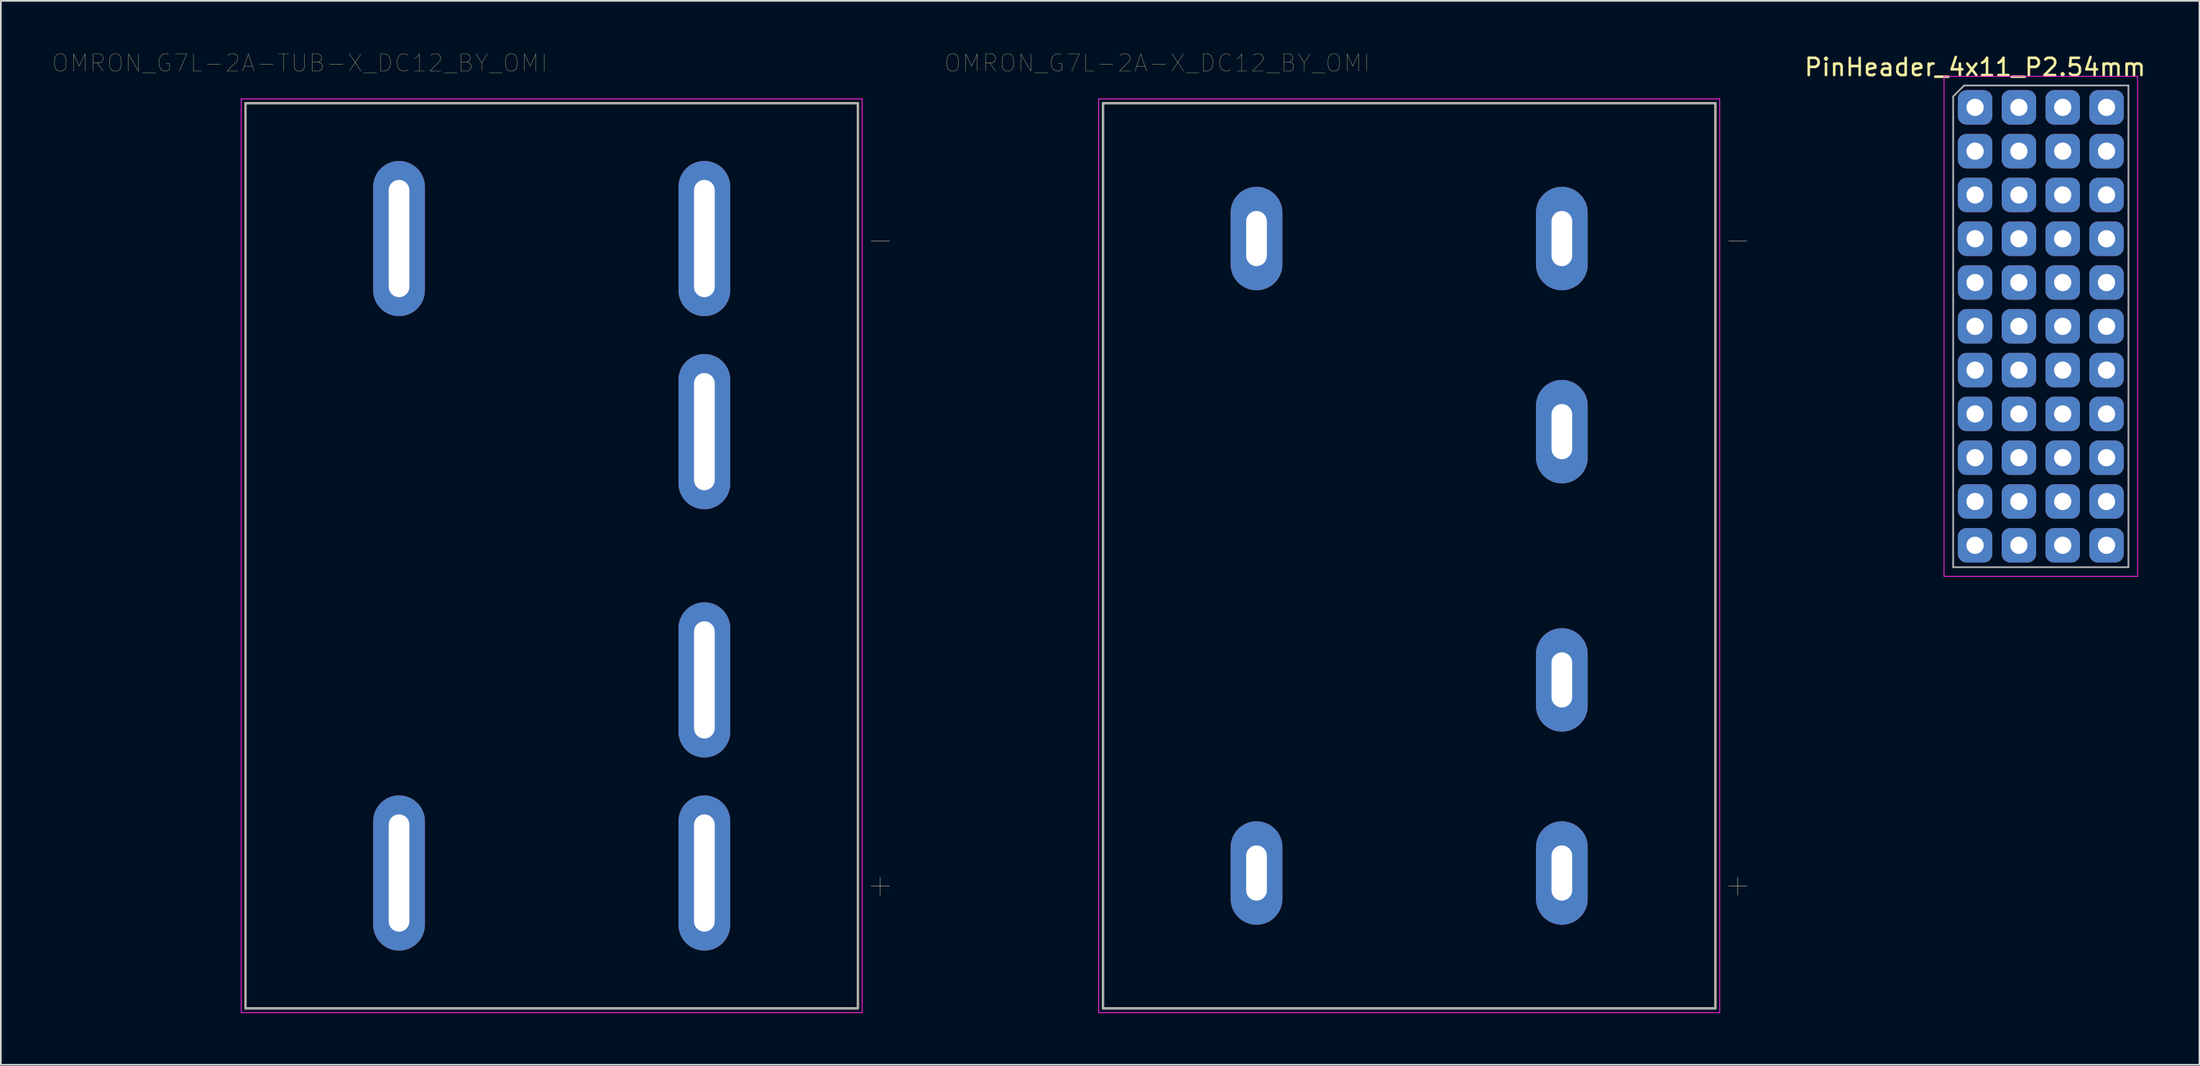
<source format=kicad_pcb>
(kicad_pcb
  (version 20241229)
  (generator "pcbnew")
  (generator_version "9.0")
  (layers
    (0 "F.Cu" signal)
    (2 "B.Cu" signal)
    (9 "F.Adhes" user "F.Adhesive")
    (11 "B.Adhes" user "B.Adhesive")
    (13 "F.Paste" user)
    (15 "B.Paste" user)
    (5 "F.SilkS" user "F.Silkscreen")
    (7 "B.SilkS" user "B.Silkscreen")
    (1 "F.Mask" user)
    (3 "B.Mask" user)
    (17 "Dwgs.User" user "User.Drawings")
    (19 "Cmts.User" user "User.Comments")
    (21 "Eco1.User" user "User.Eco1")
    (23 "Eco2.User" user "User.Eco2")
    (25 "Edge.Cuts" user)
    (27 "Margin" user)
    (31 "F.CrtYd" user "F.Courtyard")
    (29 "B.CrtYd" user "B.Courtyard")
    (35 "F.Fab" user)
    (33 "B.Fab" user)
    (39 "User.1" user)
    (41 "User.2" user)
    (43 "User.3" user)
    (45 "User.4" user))
  (footprint "OMRON_G7L-2A-TUB-X_DC12_BY_OMI"
    (layer "F.Cu")
    (at 28.932 29.186)
    (property "Reference" "OMRON_G7L-2A-TUB-X_DC12_BY_OMI" (at -14.605 -28.575 0) (layer "F.SilkS") (effects (font (size 1 1) (thickness 0.015))))
    (attr through_hole)
    (fp_line (start -17.75 -26.25) (end 17.75 -26.25) (stroke (width 0.127) (type solid)) (layer "F.SilkS"))
    (fp_line (start -17.75 26.25) (end -17.75 -26.25) (stroke (width 0.127) (type solid)) (layer "F.SilkS"))
    (fp_line (start 17.75 -26.25) (end 17.75 26.25) (stroke (width 0.127) (type solid)) (layer "F.SilkS"))
    (fp_line (start 17.75 26.25) (end -17.75 26.25) (stroke (width 0.127) (type solid)) (layer "F.SilkS"))
    (fp_line (start -18 -26.5) (end 18 -26.5) (stroke (width 0.05) (type solid)) (layer "F.CrtYd"))
    (fp_line (start -18 26.5) (end -18 -26.5) (stroke (width 0.05) (type solid)) (layer "F.CrtYd"))
    (fp_line (start 18 -26.5) (end 18 26.5) (stroke (width 0.05) (type solid)) (layer "F.CrtYd"))
    (fp_line (start 18 26.5) (end -18 26.5) (stroke (width 0.05) (type solid)) (layer "F.CrtYd"))
    (fp_line (start -17.75 -26.25) (end 17.75 -26.25) (stroke (width 0.127) (type solid)) (layer "F.Fab"))
    (fp_line (start -17.75 26.25) (end -17.75 -26.25) (stroke (width 0.127) (type solid)) (layer "F.Fab"))
    (fp_line (start 17.75 -26.25) (end 17.75 26.25) (stroke (width 0.127) (type solid)) (layer "F.Fab"))
    (fp_line (start 17.75 26.25) (end -17.75 26.25) (stroke (width 0.127) (type solid)) (layer "F.Fab"))
    (fp_text user "_" (at 19.05 -19.05 0) (layer "F.SilkS") (effects (font (size 1.4 1.4) (thickness 0.015))))
    (fp_text user "+" (at 19.05 19.05 0) (layer "F.SilkS") (effects (font (size 1.4 1.4) (thickness 0.015))))
    (fp_text user "+" (at 19.05 19.05 0) (layer "F.Fab") (effects (font (size 1.4 1.4) (thickness 0.015))))
    (fp_text user "_" (at 19.05 -19.05 0) (layer "F.Fab") (effects (font (size 1.4 1.4) (thickness 0.015))))
    (pad "0" thru_hole oval (at -8.85 -18.4) (size 3 9) (drill oval 1.2 6.8) (layers "*.Cu" "*.Mask"))
    (pad "1" thru_hole oval (at -8.85 18.4) (size 3 9) (drill oval 1.2 6.8) (layers "*.Cu" "*.Mask"))
    (pad "2" thru_hole oval (at 8.85 -18.4) (size 3 9) (drill oval 1.2 6.8) (layers "*.Cu" "*.Mask"))
    (pad "4" thru_hole oval (at 8.85 -7.2) (size 3 9) (drill oval 1.2 6.8) (layers "*.Cu" "*.Mask"))
    (pad "6" thru_hole oval (at 8.85 7.2) (size 3 9) (drill oval 1.2 6.8) (layers "*.Cu" "*.Mask"))
    (pad "8" thru_hole oval (at 8.85 18.4) (size 3 9) (drill oval 1.2 6.8) (layers "*.Cu" "*.Mask")))
  (footprint "OMRON_G7L-2A-X_DC12_BY_OMI"
    (layer "F.Cu")
    (at 78.64 29.186)
    (property "Reference" "OMRON_G7L-2A-X_DC12_BY_OMI" (at -14.605 -28.575 0) (layer "F.SilkS") (effects (font (size 1 1) (thickness 0.015))))
    (attr through_hole)
    (fp_line (start -17.75 -26.25) (end 17.75 -26.25) (stroke (width 0.127) (type solid)) (layer "F.SilkS"))
    (fp_line (start -17.75 26.25) (end -17.75 -26.25) (stroke (width 0.127) (type solid)) (layer "F.SilkS"))
    (fp_line (start 17.75 -26.25) (end 17.75 26.25) (stroke (width 0.127) (type solid)) (layer "F.SilkS"))
    (fp_line (start 17.75 26.25) (end -17.75 26.25) (stroke (width 0.127) (type solid)) (layer "F.SilkS"))
    (fp_line (start -18 -26.5) (end 18 -26.5) (stroke (width 0.05) (type solid)) (layer "F.CrtYd"))
    (fp_line (start -18 26.5) (end -18 -26.5) (stroke (width 0.05) (type solid)) (layer "F.CrtYd"))
    (fp_line (start 18 -26.5) (end 18 26.5) (stroke (width 0.05) (type solid)) (layer "F.CrtYd"))
    (fp_line (start 18 26.5) (end -18 26.5) (stroke (width 0.05) (type solid)) (layer "F.CrtYd"))
    (fp_line (start -17.75 -26.25) (end 17.75 -26.25) (stroke (width 0.127) (type solid)) (layer "F.Fab"))
    (fp_line (start -17.75 26.25) (end -17.75 -26.25) (stroke (width 0.127) (type solid)) (layer "F.Fab"))
    (fp_line (start 17.75 -26.25) (end 17.75 26.25) (stroke (width 0.127) (type solid)) (layer "F.Fab"))
    (fp_line (start 17.75 26.25) (end -17.75 26.25) (stroke (width 0.127) (type solid)) (layer "F.Fab"))
    (fp_text user "+" (at 19.05 19.05 0) (layer "F.SilkS") (effects (font (size 1.4 1.4) (thickness 0.015))))
    (fp_text user "_" (at 19.05 -19.05 0) (layer "F.SilkS") (effects (font (size 1.4 1.4) (thickness 0.015))))
    (fp_text user "_" (at 19.05 -19.05 0) (layer "F.Fab") (effects (font (size 1.4 1.4) (thickness 0.015))))
    (fp_text user "+" (at 19.05 19.05 0) (layer "F.Fab") (effects (font (size 1.4 1.4) (thickness 0.015))))
    (pad "0" thru_hole oval (at -8.85 -18.4) (size 3 6) (drill oval 1.2 3.2) (layers "*.Cu" "*.Mask"))
    (pad "1" thru_hole oval (at -8.85 18.4) (size 3 6) (drill oval 1.2 3.2) (layers "*.Cu" "*.Mask"))
    (pad "2" thru_hole oval (at 8.85 -18.4) (size 3 6) (drill oval 1.2 3.2) (layers "*.Cu" "*.Mask"))
    (pad "4" thru_hole oval (at 8.85 -7.2) (size 3 6) (drill oval 1.2 3.2) (layers "*.Cu" "*.Mask"))
    (pad "6" thru_hole oval (at 8.85 7.2) (size 3 6) (drill oval 1.2 3.2) (layers "*.Cu" "*.Mask"))
    (pad "8" thru_hole oval (at 8.85 18.4) (size 3 6) (drill oval 1.2 3.2) (layers "*.Cu" "*.Mask")))
  (footprint "PinHeader_4x11_P2.54mm"
    (layer "F.Cu")
    (at 111.445 3.178)
    (property "Reference" "PinHeader_4x11_P2.54mm" (at 0 -2.33 0) (layer "F.SilkS") (effects (font (size 1 1) (thickness 0.15))))
    (attr through_hole)
    (fp_line (start -1.8 -1.8) (end -1.8 27.2) (stroke (width 0.05) (type solid)) (layer "F.CrtYd"))
    (fp_line (start -1.8 27.2) (end 9.42 27.2) (stroke (width 0.05) (type solid)) (layer "F.CrtYd"))
    (fp_line (start 9.42 -1.8) (end -1.8 -1.8) (stroke (width 0.05) (type solid)) (layer "F.CrtYd"))
    (fp_line (start 9.42 27.2) (end 9.42 -1.8) (stroke (width 0.05) (type solid)) (layer "F.CrtYd"))
    (fp_line (start -1.27 -0.635) (end -0.635 -1.27) (stroke (width 0.1) (type solid)) (layer "F.Fab"))
    (fp_line (start -1.27 26.67) (end -1.27 -0.635) (stroke (width 0.1) (type solid)) (layer "F.Fab"))
    (fp_line (start -0.635 -1.27) (end 8.89 -1.27) (stroke (width 0.1) (type solid)) (layer "F.Fab"))
    (fp_line (start 8.89 -1.27) (end 8.89 26.67) (stroke (width 0.1) (type solid)) (layer "F.Fab"))
    (fp_line (start 8.89 26.67) (end -1.27 26.67) (stroke (width 0.1) (type solid)) (layer "F.Fab"))
    (pad "1" thru_hole roundrect (at 0 0) (size 2 2) (drill 1) (layers "*.Cu" "*.Mask") (roundrect_rratio 0.25))
    (pad "1" thru_hole roundrect (at 2.54 0) (size 2 2) (drill 1) (layers "*.Cu" "*.Mask") (roundrect_rratio 0.25))
    (pad "1" thru_hole roundrect (at 5.08 0) (size 2 2) (drill 1) (layers "*.Cu" "*.Mask") (roundrect_rratio 0.25))
    (pad "1" thru_hole roundrect (at 7.62 0) (size 2 2) (drill 1) (layers "*.Cu" "*.Mask") (roundrect_rratio 0.25))
    (pad "2" thru_hole roundrect (at 0 2.54) (size 2 2) (drill 1) (layers "*.Cu" "*.Mask") (roundrect_rratio 0.25))
    (pad "2" thru_hole roundrect (at 2.54 2.54) (size 2 2) (drill 1) (layers "*.Cu" "*.Mask") (roundrect_rratio 0.25))
    (pad "2" thru_hole roundrect (at 5.08 2.54) (size 2 2) (drill 1) (layers "*.Cu" "*.Mask") (roundrect_rratio 0.25))
    (pad "2" thru_hole roundrect (at 7.62 2.54) (size 2 2) (drill 1) (layers "*.Cu" "*.Mask") (roundrect_rratio 0.25))
    (pad "3" thru_hole roundrect (at 0 5.08) (size 2 2) (drill 1) (layers "*.Cu" "*.Mask") (roundrect_rratio 0.25))
    (pad "3" thru_hole roundrect (at 2.54 5.08) (size 2 2) (drill 1) (layers "*.Cu" "*.Mask") (roundrect_rratio 0.25))
    (pad "3" thru_hole roundrect (at 5.08 5.08) (size 2 2) (drill 1) (layers "*.Cu" "*.Mask") (roundrect_rratio 0.25))
    (pad "3" thru_hole roundrect (at 7.62 5.08) (size 2 2) (drill 1) (layers "*.Cu" "*.Mask") (roundrect_rratio 0.25))
    (pad "4" thru_hole roundrect (at 0 7.62) (size 2 2) (drill 1) (layers "*.Cu" "*.Mask") (roundrect_rratio 0.25))
    (pad "4" thru_hole roundrect (at 2.54 7.62) (size 2 2) (drill 1) (layers "*.Cu" "*.Mask") (roundrect_rratio 0.25))
    (pad "4" thru_hole roundrect (at 5.08 7.62) (size 2 2) (drill 1) (layers "*.Cu" "*.Mask") (roundrect_rratio 0.25))
    (pad "4" thru_hole roundrect (at 7.62 7.62) (size 2 2) (drill 1) (layers "*.Cu" "*.Mask") (roundrect_rratio 0.25))
    (pad "5" thru_hole roundrect (at 0 10.16) (size 2 2) (drill 1) (layers "*.Cu" "*.Mask") (roundrect_rratio 0.25))
    (pad "5" thru_hole roundrect (at 2.54 10.16) (size 2 2) (drill 1) (layers "*.Cu" "*.Mask") (roundrect_rratio 0.25))
    (pad "5" thru_hole roundrect (at 5.08 10.16) (size 2 2) (drill 1) (layers "*.Cu" "*.Mask") (roundrect_rratio 0.25))
    (pad "5" thru_hole roundrect (at 7.62 10.16) (size 2 2) (drill 1) (layers "*.Cu" "*.Mask") (roundrect_rratio 0.25))
    (pad "6" thru_hole roundrect (at 0 12.7) (size 2 2) (drill 1) (layers "*.Cu" "*.Mask") (roundrect_rratio 0.25))
    (pad "6" thru_hole roundrect (at 2.54 12.7) (size 2 2) (drill 1) (layers "*.Cu" "*.Mask") (roundrect_rratio 0.25))
    (pad "6" thru_hole roundrect (at 5.08 12.7) (size 2 2) (drill 1) (layers "*.Cu" "*.Mask") (roundrect_rratio 0.25))
    (pad "6" thru_hole roundrect (at 7.62 12.7) (size 2 2) (drill 1) (layers "*.Cu" "*.Mask") (roundrect_rratio 0.25))
    (pad "7" thru_hole roundrect (at 0 15.24) (size 2 2) (drill 1) (layers "*.Cu" "*.Mask") (roundrect_rratio 0.25))
    (pad "7" thru_hole roundrect (at 2.54 15.24) (size 2 2) (drill 1) (layers "*.Cu" "*.Mask") (roundrect_rratio 0.25))
    (pad "7" thru_hole roundrect (at 5.08 15.24) (size 2 2) (drill 1) (layers "*.Cu" "*.Mask") (roundrect_rratio 0.25))
    (pad "7" thru_hole roundrect (at 7.62 15.24) (size 2 2) (drill 1) (layers "*.Cu" "*.Mask") (roundrect_rratio 0.25))
    (pad "8" thru_hole roundrect (at 0 17.78) (size 2 2) (drill 1) (layers "*.Cu" "*.Mask") (roundrect_rratio 0.25))
    (pad "8" thru_hole roundrect (at 2.54 17.78) (size 2 2) (drill 1) (layers "*.Cu" "*.Mask") (roundrect_rratio 0.25))
    (pad "8" thru_hole roundrect (at 5.08 17.78) (size 2 2) (drill 1) (layers "*.Cu" "*.Mask") (roundrect_rratio 0.25))
    (pad "8" thru_hole roundrect (at 7.62 17.78) (size 2 2) (drill 1) (layers "*.Cu" "*.Mask") (roundrect_rratio 0.25))
    (pad "9" thru_hole roundrect (at 0 20.32) (size 2 2) (drill 1) (layers "*.Cu" "*.Mask") (roundrect_rratio 0.25))
    (pad "9" thru_hole roundrect (at 2.54 20.32) (size 2 2) (drill 1) (layers "*.Cu" "*.Mask") (roundrect_rratio 0.25))
    (pad "9" thru_hole roundrect (at 5.08 20.32) (size 2 2) (drill 1) (layers "*.Cu" "*.Mask") (roundrect_rratio 0.25))
    (pad "9" thru_hole roundrect (at 7.62 20.32) (size 2 2) (drill 1) (layers "*.Cu" "*.Mask") (roundrect_rratio 0.25))
    (pad "10" thru_hole roundrect (at 0 22.86) (size 2 2) (drill 1) (layers "*.Cu" "*.Mask") (roundrect_rratio 0.25))
    (pad "10" thru_hole roundrect (at 2.54 22.86) (size 2 2) (drill 1) (layers "*.Cu" "*.Mask") (roundrect_rratio 0.25))
    (pad "10" thru_hole roundrect (at 5.08 22.86) (size 2 2) (drill 1) (layers "*.Cu" "*.Mask") (roundrect_rratio 0.25))
    (pad "10" thru_hole roundrect (at 7.62 22.86) (size 2 2) (drill 1) (layers "*.Cu" "*.Mask") (roundrect_rratio 0.25))
    (pad "11" thru_hole roundrect (at 0 25.4) (size 2 2) (drill 1) (layers "*.Cu" "*.Mask") (roundrect_rratio 0.25))
    (pad "11" thru_hole roundrect (at 2.54 25.4) (size 2 2) (drill 1) (layers "*.Cu" "*.Mask") (roundrect_rratio 0.25))
    (pad "11" thru_hole roundrect (at 5.08 25.4) (size 2 2) (drill 1) (layers "*.Cu" "*.Mask") (roundrect_rratio 0.25))
    (pad "11" thru_hole roundrect (at 7.62 25.4) (size 2 2) (drill 1) (layers "*.Cu" "*.Mask") (roundrect_rratio 0.25)))
  (gr_rect
    (start -3 -3)
    (end 124.451 58.711)
    (stroke (width 0.1) (type default))
    (fill no)
    (layer "Edge.Cuts")))
</source>
